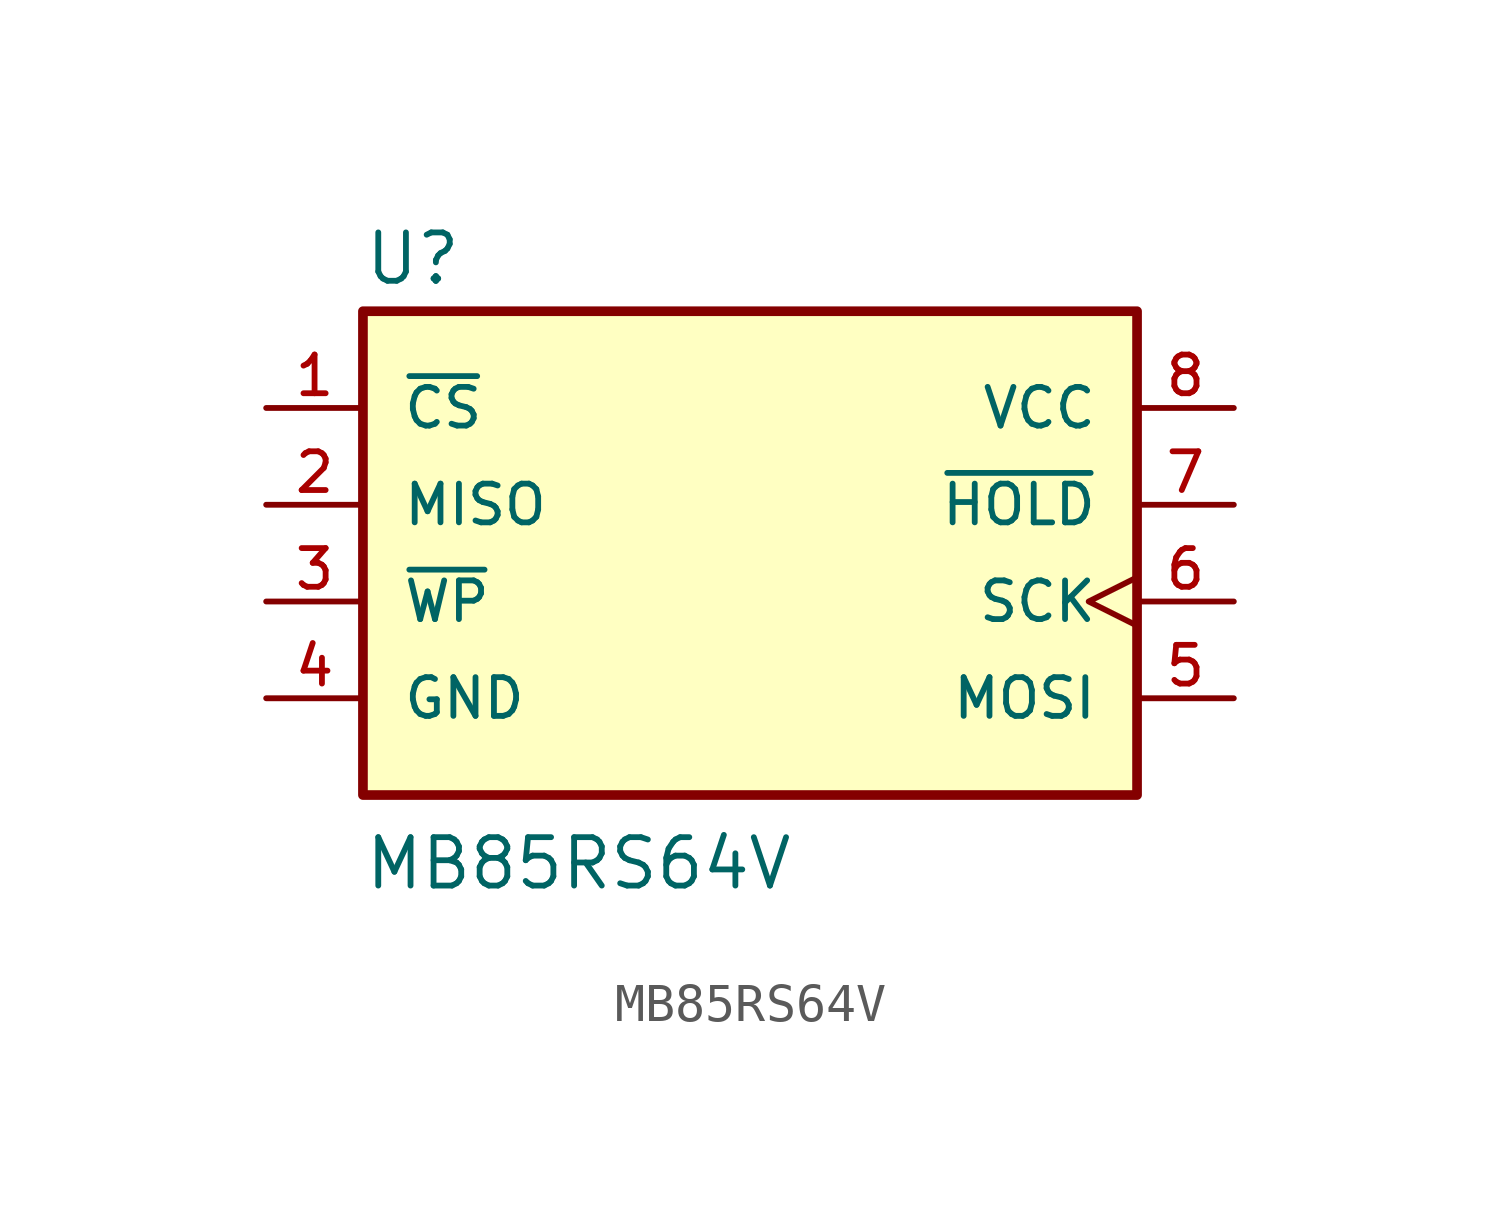
<source format=kicad_sym>
(kicad_symbol_lib
  (version 20211014)
  (generator kicad_symbol_editor)
  (symbol "MB85RS64V"
    (pin_names
      (offset 1.016))
    (property "Reference" "U"
      (at -10.16 8.255 0)
      (effects (font (size 1.27 1.27)) (justify bottom left)))
    (property "Value" "MB85RS64V"
      (at -10.16 -7.62 0)
      (effects (font (size 1.27 1.27)) (justify bottom left)))
    (symbol "MB85RS64V_0_0"
      (rectangle (start -10.16 -5.08) (end 10.16 7.62) (stroke (width 0.254)) (fill (type background)))
      (pin input line (at -12.7 5.08 0) (length 2.54) (name "~{CS}" (effects (font (size 1.016 1.016)))) (number "1" (effects (font (size 1.016 1.016)))))
      (pin power_in line (at -12.7 -2.54 0) (length 2.54) (name "GND" (effects (font (size 1.016 1.016)))) (number "4" (effects (font (size 1.016 1.016)))))
      (pin input line (at 12.7 2.54 180.0) (length 2.54) (name "~{HOLD}" (effects (font (size 1.016 1.016)))) (number "7" (effects (font (size 1.016 1.016)))))
      (pin output line (at -12.7 2.54 0) (length 2.54) (name "MISO" (effects (font (size 1.016 1.016)))) (number "2" (effects (font (size 1.016 1.016)))))
      (pin input line (at 12.7 -2.54 180.0) (length 2.54) (name "MOSI" (effects (font (size 1.016 1.016)))) (number "5" (effects (font (size 1.016 1.016)))))
      (pin input clock (at 12.7 0.0 180.0) (length 2.54) (name "SCK" (effects (font (size 1.016 1.016)))) (number "6" (effects (font (size 1.016 1.016)))))
      (pin power_in line (at 12.7 5.08 180.0) (length 2.54) (name "VCC" (effects (font (size 1.016 1.016)))) (number "8" (effects (font (size 1.016 1.016)))))
      (pin input line (at -12.7 0.0 0) (length 2.54) (name "~{WP}" (effects (font (size 1.016 1.016)))) (number "3" (effects (font (size 1.016 1.016))))))))
</source>
